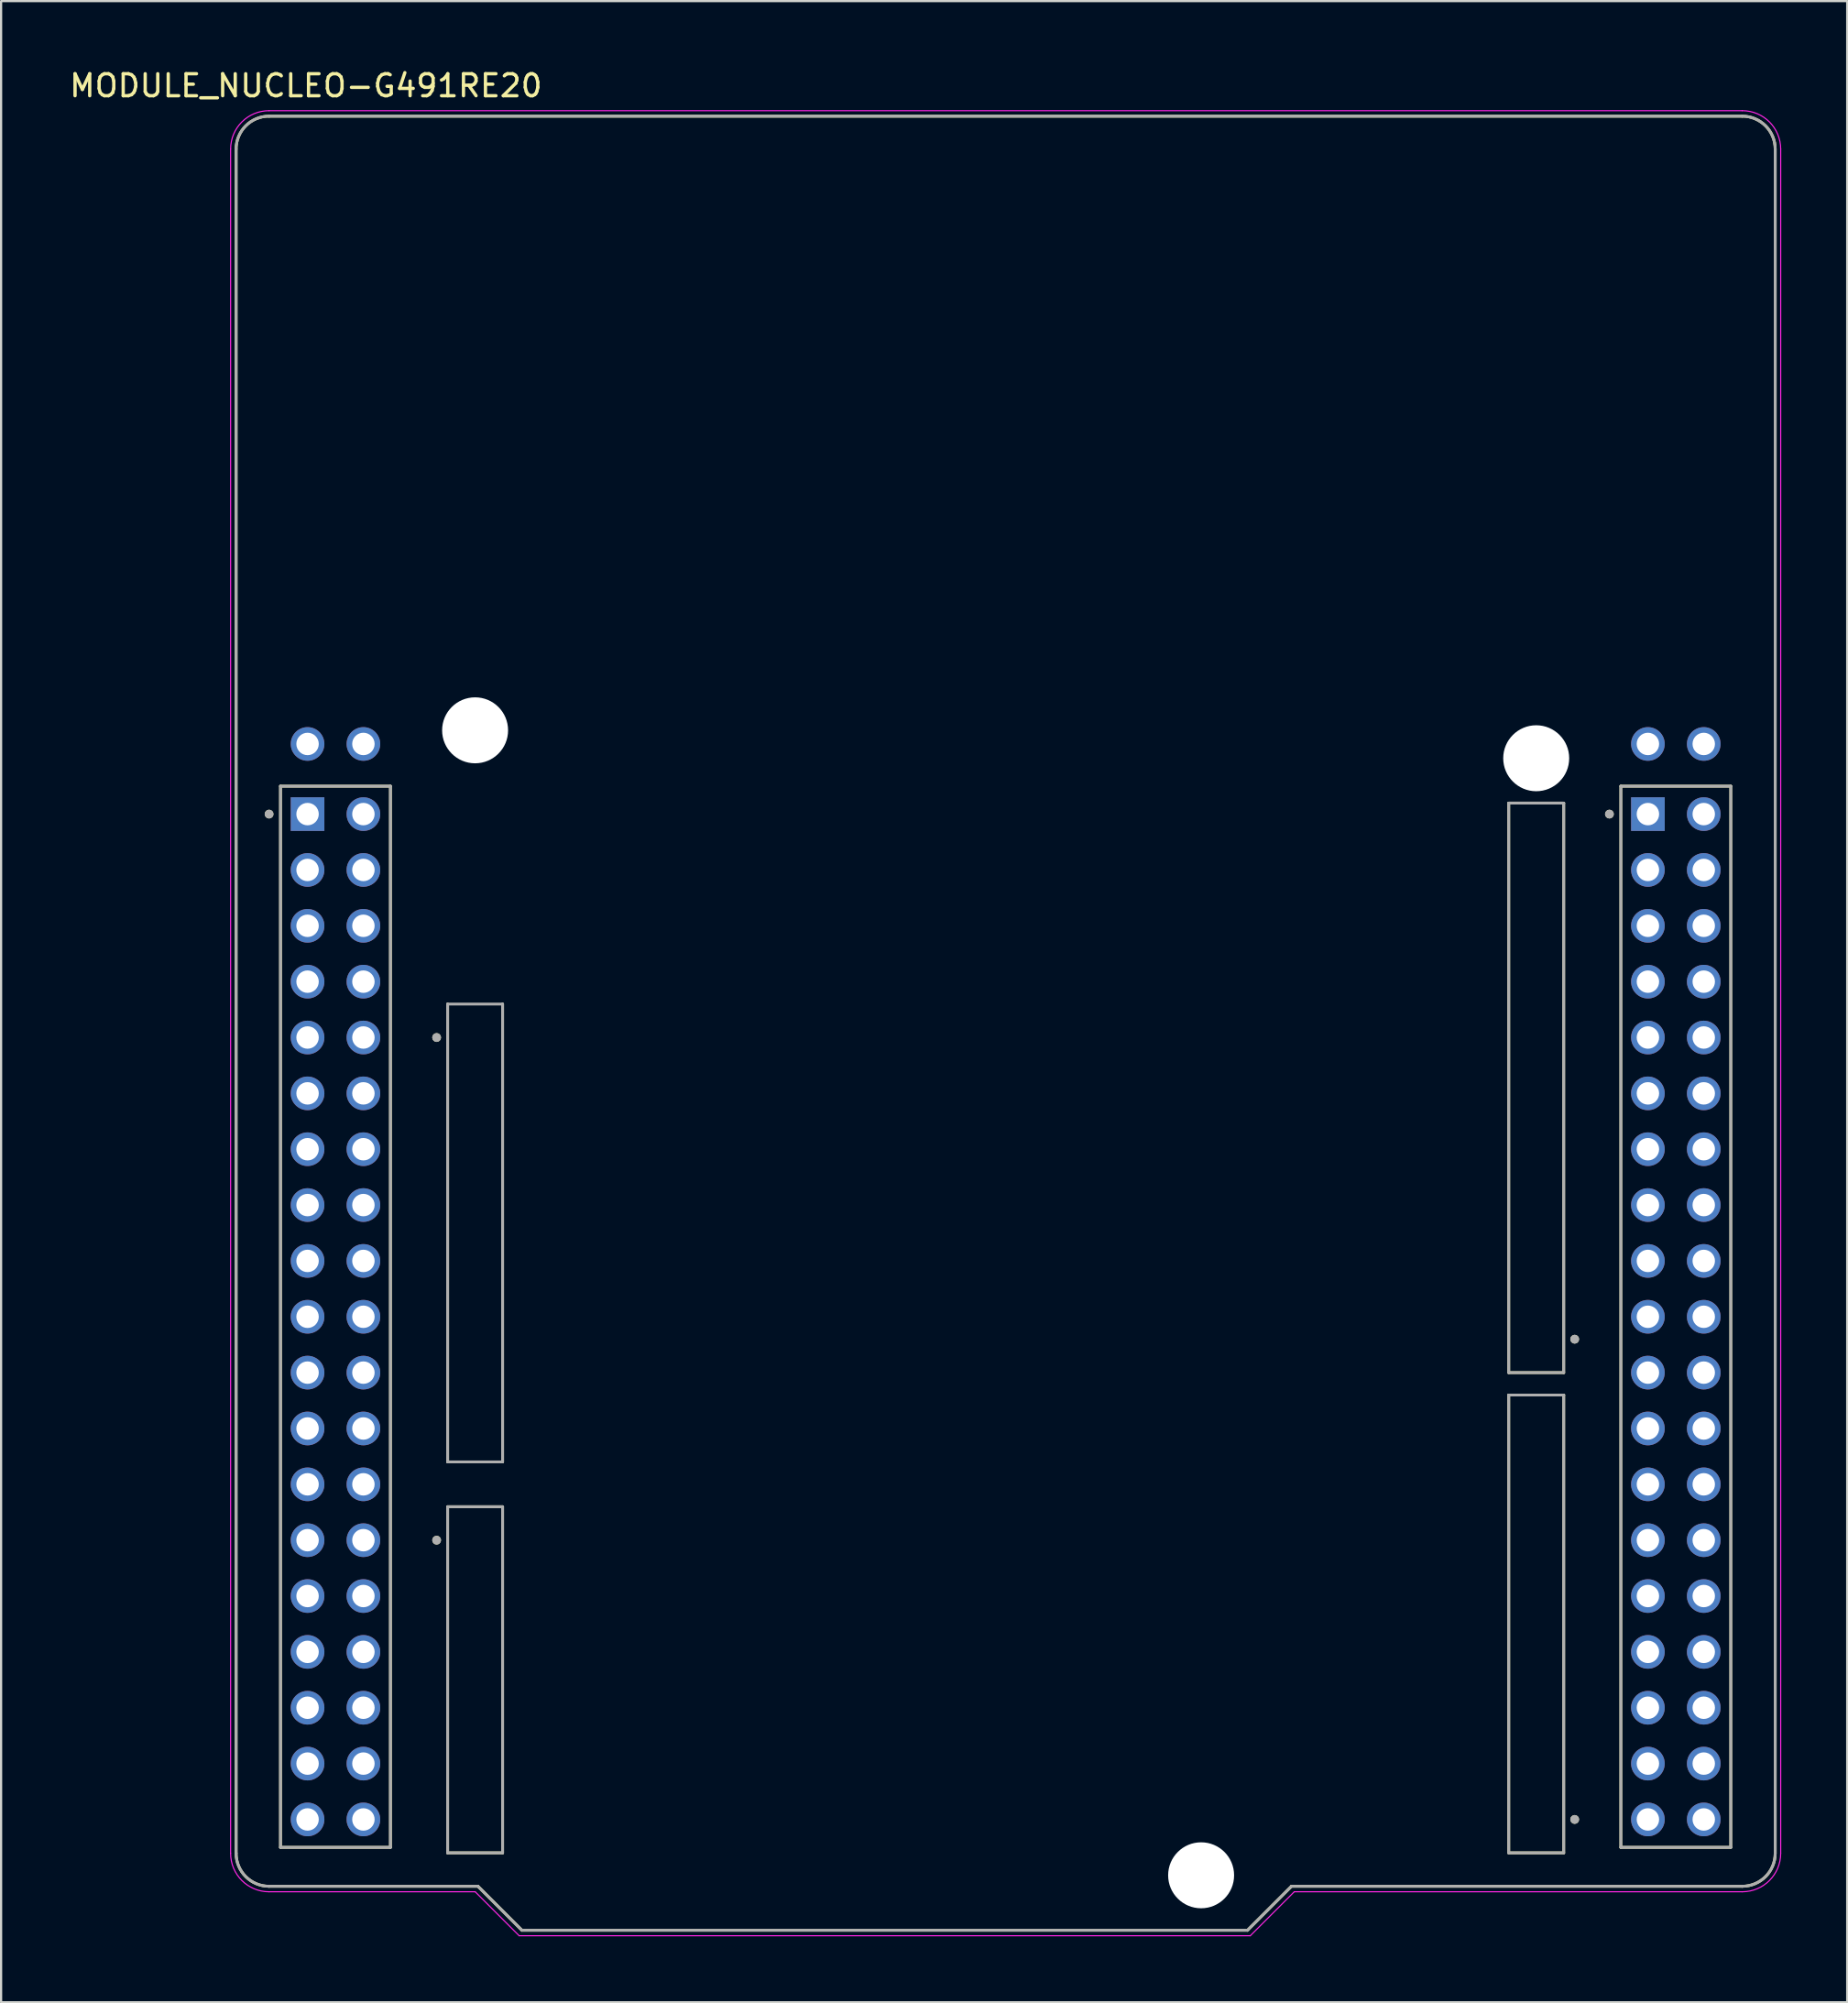
<source format=kicad_pcb>
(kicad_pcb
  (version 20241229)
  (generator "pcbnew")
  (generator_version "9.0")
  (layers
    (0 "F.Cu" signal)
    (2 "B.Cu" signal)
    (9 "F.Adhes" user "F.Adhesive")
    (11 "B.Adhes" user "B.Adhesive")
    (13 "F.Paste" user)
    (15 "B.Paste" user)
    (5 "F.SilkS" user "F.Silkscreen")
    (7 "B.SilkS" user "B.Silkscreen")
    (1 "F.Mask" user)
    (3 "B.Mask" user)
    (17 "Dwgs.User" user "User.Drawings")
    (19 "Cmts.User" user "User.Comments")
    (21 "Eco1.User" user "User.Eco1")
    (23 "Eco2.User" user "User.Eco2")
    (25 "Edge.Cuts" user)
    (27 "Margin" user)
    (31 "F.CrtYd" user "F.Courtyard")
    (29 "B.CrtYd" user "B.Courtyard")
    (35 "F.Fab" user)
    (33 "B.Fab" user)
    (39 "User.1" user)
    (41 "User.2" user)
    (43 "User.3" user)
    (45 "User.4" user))
  (footprint "MODULE_NUCLEO-G491RE20"
    (layer "F.Cu")
    (at 42.688 43.483)
    (property "Reference" "MODULE_NUCLEO-G491RE20" (at -31.825 -42.635 0) (layer "F.SilkS") (effects (font (size 1 1) (thickness 0.15))))
    (attr through_hole)
    (fp_line (start -35 37.75) (end -35 -39.75) (stroke (width 0.127) (type solid)) (layer "F.SilkS"))
    (fp_line (start -33.5 -41.25) (end 33.5 -41.25) (stroke (width 0.127) (type solid)) (layer "F.SilkS"))
    (fp_line (start -32.98 -10.78) (end -32.98 37.48) (stroke (width 0.127) (type solid)) (layer "F.SilkS"))
    (fp_line (start -32.98 37.48) (end -27.98 37.48) (stroke (width 0.127) (type solid)) (layer "F.SilkS"))
    (fp_line (start -27.98 -10.78) (end -32.98 -10.78) (stroke (width 0.127) (type solid)) (layer "F.SilkS"))
    (fp_line (start -27.98 37.48) (end -27.98 -10.78) (stroke (width 0.127) (type solid)) (layer "F.SilkS"))
    (fp_line (start -25.38 -0.87) (end -25.38 19.95) (stroke (width 0.127) (type solid)) (layer "F.SilkS"))
    (fp_line (start -25.38 21.99) (end -25.38 37.73) (stroke (width 0.127) (type solid)) (layer "F.SilkS"))
    (fp_line (start -25.38 37.73) (end -22.88 37.73) (stroke (width 0.127) (type solid)) (layer "F.SilkS"))
    (fp_line (start -24 39.25) (end -33.5 39.25) (stroke (width 0.127) (type solid)) (layer "F.SilkS"))
    (fp_line (start -22.88 19.95) (end -22.88 -0.87) (stroke (width 0.127) (type solid)) (layer "F.SilkS"))
    (fp_line (start -22.88 21.99) (end -25.38 21.99) (stroke (width 0.127) (type solid)) (layer "F.SilkS"))
    (fp_line (start -22.88 37.73) (end -22.88 21.99) (stroke (width 0.127) (type solid)) (layer "F.SilkS"))
    (fp_line (start -22 41.25) (end -24 39.25) (stroke (width 0.127) (type solid)) (layer "F.SilkS"))
    (fp_line (start 11 41.25) (end -22 41.25) (stroke (width 0.127) (type solid)) (layer "F.SilkS"))
    (fp_line (start 13 39.25) (end 11 41.25) (stroke (width 0.127) (type solid)) (layer "F.SilkS"))
    (fp_line (start 22.88 -10.01) (end 22.88 15.89) (stroke (width 0.127) (type solid)) (layer "F.SilkS"))
    (fp_line (start 22.88 15.89) (end 25.38 15.89) (stroke (width 0.127) (type solid)) (layer "F.SilkS"))
    (fp_line (start 22.88 16.91) (end 22.88 37.73) (stroke (width 0.127) (type solid)) (layer "F.SilkS"))
    (fp_line (start 22.88 37.73) (end 25.38 37.73) (stroke (width 0.127) (type solid)) (layer "F.SilkS"))
    (fp_line (start 25.38 -10.01) (end 22.88 -10.01) (stroke (width 0.127) (type solid)) (layer "F.SilkS"))
    (fp_line (start 25.38 15.89) (end 25.38 -10.01) (stroke (width 0.127) (type solid)) (layer "F.SilkS"))
    (fp_line (start 25.38 16.91) (end 22.88 16.91) (stroke (width 0.127) (type solid)) (layer "F.SilkS"))
    (fp_line (start 25.38 37.73) (end 25.38 16.91) (stroke (width 0.127) (type solid)) (layer "F.SilkS"))
    (fp_line (start 27.98 -10.78) (end 27.98 37.48) (stroke (width 0.127) (type solid)) (layer "F.SilkS"))
    (fp_line (start 27.98 37.48) (end 32.98 37.48) (stroke (width 0.127) (type solid)) (layer "F.SilkS"))
    (fp_line (start 32.98 -10.78) (end 27.98 -10.78) (stroke (width 0.127) (type solid)) (layer "F.SilkS"))
    (fp_line (start 32.98 37.48) (end 32.98 -10.78) (stroke (width 0.127) (type solid)) (layer "F.SilkS"))
    (fp_line (start 33.5 39.25) (end 13 39.25) (stroke (width 0.127) (type solid)) (layer "F.SilkS"))
    (fp_line (start 35 -39.75) (end 35 37.75) (stroke (width 0.127) (type solid)) (layer "F.SilkS"))
    (fp_arc (start -35 -39.75) (mid -34.56066 -40.81066) (end -33.5 -41.25) (stroke (width 0.127) (type solid)) (layer "F.SilkS"))
    (fp_arc (start -33.5 39.25) (mid -34.56066 38.81066) (end -35 37.75) (stroke (width 0.127) (type solid)) (layer "F.SilkS"))
    (fp_arc (start 33.5 -41.25) (mid 34.56066 -40.81066) (end 35 -39.75) (stroke (width 0.127) (type solid)) (layer "F.SilkS"))
    (fp_arc (start 35 37.75) (mid 34.56066 38.81066) (end 33.5 39.25) (stroke (width 0.127) (type solid)) (layer "F.SilkS"))
    (fp_circle (center -33.5 -9.51) (end -33.4 -9.51) (stroke (width 0.2) (type solid)) (fill no) (layer "F.SilkS"))
    (fp_circle (center -25.88 0.65) (end -25.78 0.65) (stroke (width 0.2) (type solid)) (fill no) (layer "F.SilkS"))
    (fp_circle (center -25.88 23.51) (end -25.78 23.51) (stroke (width 0.2) (type solid)) (fill no) (layer "F.SilkS"))
    (fp_circle (center 25.88 14.37) (end 25.98 14.37) (stroke (width 0.2) (type solid)) (fill no) (layer "F.SilkS"))
    (fp_circle (center 25.88 36.21) (end 25.98 36.21) (stroke (width 0.2) (type solid)) (fill no) (layer "F.SilkS"))
    (fp_circle (center 27.46 -9.51) (end 27.56 -9.51) (stroke (width 0.2) (type solid)) (fill no) (layer "F.SilkS"))
    (fp_line (start -35.25 37.75) (end -35.25 -39.75) (stroke (width 0.05) (type solid)) (layer "F.CrtYd"))
    (fp_line (start -33.5 -41.5) (end 33.5 -41.5) (stroke (width 0.05) (type solid)) (layer "F.CrtYd"))
    (fp_line (start -24.125 39.5) (end -33.5 39.5) (stroke (width 0.05) (type solid)) (layer "F.CrtYd"))
    (fp_line (start -22.125 41.5) (end -24.125 39.5) (stroke (width 0.05) (type solid)) (layer "F.CrtYd"))
    (fp_line (start 11.125 41.5) (end -22.125 41.5) (stroke (width 0.05) (type solid)) (layer "F.CrtYd"))
    (fp_line (start 13.125 39.5) (end 11.125 41.5) (stroke (width 0.05) (type solid)) (layer "F.CrtYd"))
    (fp_line (start 33.5 39.5) (end 13.125 39.5) (stroke (width 0.05) (type solid)) (layer "F.CrtYd"))
    (fp_line (start 35.25 -39.75) (end 35.25 37.75) (stroke (width 0.05) (type solid)) (layer "F.CrtYd"))
    (fp_arc (start -35.25 -39.75) (mid -34.737437 -40.987437) (end -33.5 -41.5) (stroke (width 0.05) (type solid)) (layer "F.CrtYd"))
    (fp_arc (start -33.5 39.5) (mid -34.737437 38.987437) (end -35.25 37.75) (stroke (width 0.05) (type solid)) (layer "F.CrtYd"))
    (fp_arc (start 33.5 -41.5) (mid 34.737437 -40.987437) (end 35.25 -39.75) (stroke (width 0.05) (type solid)) (layer "F.CrtYd"))
    (fp_arc (start 35.25 37.75) (mid 34.737437 38.987437) (end 33.5 39.5) (stroke (width 0.05) (type solid)) (layer "F.CrtYd"))
    (fp_line (start -35 37.75) (end -35 -39.75) (stroke (width 0.127) (type solid)) (layer "F.Fab"))
    (fp_line (start -33.5 -41.25) (end 33.5 -41.25) (stroke (width 0.127) (type solid)) (layer "F.Fab"))
    (fp_line (start -32.98 -10.78) (end -32.98 37.48) (stroke (width 0.127) (type solid)) (layer "F.Fab"))
    (fp_line (start -32.98 37.48) (end -27.98 37.48) (stroke (width 0.127) (type solid)) (layer "F.Fab"))
    (fp_line (start -27.98 -10.78) (end -32.98 -10.78) (stroke (width 0.127) (type solid)) (layer "F.Fab"))
    (fp_line (start -27.98 37.48) (end -27.98 -10.78) (stroke (width 0.127) (type solid)) (layer "F.Fab"))
    (fp_line (start -25.38 -0.87) (end -25.38 19.95) (stroke (width 0.127) (type solid)) (layer "F.Fab"))
    (fp_line (start -25.38 19.95) (end -22.88 19.95) (stroke (width 0.127) (type solid)) (layer "F.Fab"))
    (fp_line (start -25.38 21.99) (end -25.38 37.73) (stroke (width 0.127) (type solid)) (layer "F.Fab"))
    (fp_line (start -25.38 37.73) (end -22.88 37.73) (stroke (width 0.127) (type solid)) (layer "F.Fab"))
    (fp_line (start -24 39.25) (end -33.5 39.25) (stroke (width 0.127) (type solid)) (layer "F.Fab"))
    (fp_line (start -22.88 -0.87) (end -25.38 -0.87) (stroke (width 0.127) (type solid)) (layer "F.Fab"))
    (fp_line (start -22.88 19.95) (end -22.88 -0.87) (stroke (width 0.127) (type solid)) (layer "F.Fab"))
    (fp_line (start -22.88 21.99) (end -25.38 21.99) (stroke (width 0.127) (type solid)) (layer "F.Fab"))
    (fp_line (start -22.88 37.73) (end -22.88 21.99) (stroke (width 0.127) (type solid)) (layer "F.Fab"))
    (fp_line (start -22 41.25) (end -24 39.25) (stroke (width 0.127) (type solid)) (layer "F.Fab"))
    (fp_line (start 11 41.25) (end -22 41.25) (stroke (width 0.127) (type solid)) (layer "F.Fab"))
    (fp_line (start 13 39.25) (end 11 41.25) (stroke (width 0.127) (type solid)) (layer "F.Fab"))
    (fp_line (start 22.88 -10.01) (end 22.88 15.89) (stroke (width 0.127) (type solid)) (layer "F.Fab"))
    (fp_line (start 22.88 15.89) (end 25.38 15.89) (stroke (width 0.127) (type solid)) (layer "F.Fab"))
    (fp_line (start 22.88 16.91) (end 22.88 37.73) (stroke (width 0.127) (type solid)) (layer "F.Fab"))
    (fp_line (start 22.88 37.73) (end 25.38 37.73) (stroke (width 0.127) (type solid)) (layer "F.Fab"))
    (fp_line (start 25.38 -10.01) (end 22.88 -10.01) (stroke (width 0.127) (type solid)) (layer "F.Fab"))
    (fp_line (start 25.38 15.89) (end 25.38 -10.01) (stroke (width 0.127) (type solid)) (layer "F.Fab"))
    (fp_line (start 25.38 16.91) (end 22.88 16.91) (stroke (width 0.127) (type solid)) (layer "F.Fab"))
    (fp_line (start 25.38 37.73) (end 25.38 16.91) (stroke (width 0.127) (type solid)) (layer "F.Fab"))
    (fp_line (start 27.98 -10.78) (end 27.98 37.48) (stroke (width 0.127) (type solid)) (layer "F.Fab"))
    (fp_line (start 27.98 37.48) (end 32.98 37.48) (stroke (width 0.127) (type solid)) (layer "F.Fab"))
    (fp_line (start 32.98 -10.78) (end 27.98 -10.78) (stroke (width 0.127) (type solid)) (layer "F.Fab"))
    (fp_line (start 32.98 37.48) (end 32.98 -10.78) (stroke (width 0.127) (type solid)) (layer "F.Fab"))
    (fp_line (start 33.5 39.25) (end 13 39.25) (stroke (width 0.127) (type solid)) (layer "F.Fab"))
    (fp_line (start 35 -39.75) (end 35 37.75) (stroke (width 0.127) (type solid)) (layer "F.Fab"))
    (fp_arc (start -35 -39.75) (mid -34.56066 -40.81066) (end -33.5 -41.25) (stroke (width 0.127) (type solid)) (layer "F.Fab"))
    (fp_arc (start -33.5 39.25) (mid -34.56066 38.81066) (end -35 37.75) (stroke (width 0.127) (type solid)) (layer "F.Fab"))
    (fp_arc (start 33.5 -41.25) (mid 34.56066 -40.81066) (end 35 -39.75) (stroke (width 0.127) (type solid)) (layer "F.Fab"))
    (fp_arc (start 35 37.75) (mid 34.56066 38.81066) (end 33.5 39.25) (stroke (width 0.127) (type solid)) (layer "F.Fab"))
    (fp_circle (center -33.5 -9.51) (end -33.4 -9.51) (stroke (width 0.2) (type solid)) (fill no) (layer "F.Fab"))
    (fp_circle (center -25.88 0.65) (end -25.78 0.65) (stroke (width 0.2) (type solid)) (fill no) (layer "F.Fab"))
    (fp_circle (center -25.88 23.51) (end -25.78 23.51) (stroke (width 0.2) (type solid)) (fill no) (layer "F.Fab"))
    (fp_circle (center 25.88 14.37) (end 25.98 14.37) (stroke (width 0.2) (type solid)) (fill no) (layer "F.Fab"))
    (fp_circle (center 25.88 36.21) (end 25.98 36.21) (stroke (width 0.2) (type solid)) (fill no) (layer "F.Fab"))
    (fp_circle (center 27.46 -9.51) (end 27.56 -9.51) (stroke (width 0.2) (type solid)) (fill no) (layer "F.Fab"))
    (pad "" np_thru_hole circle (at -24.13 -13.32) (size 3 3) (drill 3) (layers "*.Cu" "*.Mask"))
    (pad "" np_thru_hole circle (at 8.89 38.75) (size 3 3) (drill 3) (layers "*.Cu" "*.Mask"))
    (pad "" np_thru_hole circle (at 24.13 -12.05) (size 3 3) (drill 3) (layers "*.Cu" "*.Mask"))
    (pad "CN7_1" thru_hole rect (at -31.75 -9.51) (size 1.53 1.53) (drill 1.02) (layers "*.Cu" "*.Mask"))
    (pad "CN7_2" thru_hole circle (at -29.21 -9.51) (size 1.53 1.53) (drill 1.02) (layers "*.Cu" "*.Mask"))
    (pad "CN7_3" thru_hole circle (at -31.75 -6.97) (size 1.53 1.53) (drill 1.02) (layers "*.Cu" "*.Mask"))
    (pad "CN7_4" thru_hole circle (at -29.21 -6.97) (size 1.53 1.53) (drill 1.02) (layers "*.Cu" "*.Mask"))
    (pad "CN7_5" thru_hole circle (at -31.75 -4.43) (size 1.53 1.53) (drill 1.02) (layers "*.Cu" "*.Mask"))
    (pad "CN7_6" thru_hole circle (at -29.21 -4.43) (size 1.53 1.53) (drill 1.02) (layers "*.Cu" "*.Mask"))
    (pad "CN7_7" thru_hole circle (at -31.75 -1.89) (size 1.53 1.53) (drill 1.02) (layers "*.Cu" "*.Mask"))
    (pad "CN7_8" thru_hole circle (at -29.21 -1.89) (size 1.53 1.53) (drill 1.02) (layers "*.Cu" "*.Mask"))
    (pad "CN7_9" thru_hole circle (at -31.75 0.65) (size 1.53 1.53) (drill 1.02) (layers "*.Cu" "*.Mask"))
    (pad "CN7_10" thru_hole circle (at -29.21 0.65) (size 1.53 1.53) (drill 1.02) (layers "*.Cu" "*.Mask"))
    (pad "CN7_11" thru_hole circle (at -31.75 3.19) (size 1.53 1.53) (drill 1.02) (layers "*.Cu" "*.Mask"))
    (pad "CN7_12" thru_hole circle (at -29.21 3.19) (size 1.53 1.53) (drill 1.02) (layers "*.Cu" "*.Mask"))
    (pad "CN7_13" thru_hole circle (at -31.75 5.73) (size 1.53 1.53) (drill 1.02) (layers "*.Cu" "*.Mask"))
    (pad "CN7_14" thru_hole circle (at -29.21 5.73) (size 1.53 1.53) (drill 1.02) (layers "*.Cu" "*.Mask"))
    (pad "CN7_15" thru_hole circle (at -31.75 8.27) (size 1.53 1.53) (drill 1.02) (layers "*.Cu" "*.Mask"))
    (pad "CN7_16" thru_hole circle (at -29.21 8.27) (size 1.53 1.53) (drill 1.02) (layers "*.Cu" "*.Mask"))
    (pad "CN7_17" thru_hole circle (at -31.75 10.81) (size 1.53 1.53) (drill 1.02) (layers "*.Cu" "*.Mask"))
    (pad "CN7_18" thru_hole circle (at -29.21 10.81) (size 1.53 1.53) (drill 1.02) (layers "*.Cu" "*.Mask"))
    (pad "CN7_19" thru_hole circle (at -31.75 13.35) (size 1.53 1.53) (drill 1.02) (layers "*.Cu" "*.Mask"))
    (pad "CN7_20" thru_hole circle (at -29.21 13.35) (size 1.53 1.53) (drill 1.02) (layers "*.Cu" "*.Mask"))
    (pad "CN7_21" thru_hole circle (at -31.75 15.89) (size 1.53 1.53) (drill 1.02) (layers "*.Cu" "*.Mask"))
    (pad "CN7_22" thru_hole circle (at -29.21 15.89) (size 1.53 1.53) (drill 1.02) (layers "*.Cu" "*.Mask"))
    (pad "CN7_23" thru_hole circle (at -31.75 18.43) (size 1.53 1.53) (drill 1.02) (layers "*.Cu" "*.Mask"))
    (pad "CN7_24" thru_hole circle (at -29.21 18.43) (size 1.53 1.53) (drill 1.02) (layers "*.Cu" "*.Mask"))
    (pad "CN7_25" thru_hole circle (at -31.75 20.97) (size 1.53 1.53) (drill 1.02) (layers "*.Cu" "*.Mask"))
    (pad "CN7_26" thru_hole circle (at -29.21 20.97) (size 1.53 1.53) (drill 1.02) (layers "*.Cu" "*.Mask"))
    (pad "CN7_27" thru_hole circle (at -31.75 23.51) (size 1.53 1.53) (drill 1.02) (layers "*.Cu" "*.Mask"))
    (pad "CN7_28" thru_hole circle (at -29.21 23.51) (size 1.53 1.53) (drill 1.02) (layers "*.Cu" "*.Mask"))
    (pad "CN7_29" thru_hole circle (at -31.75 26.05) (size 1.53 1.53) (drill 1.02) (layers "*.Cu" "*.Mask"))
    (pad "CN7_30" thru_hole circle (at -29.21 26.05) (size 1.53 1.53) (drill 1.02) (layers "*.Cu" "*.Mask"))
    (pad "CN7_31" thru_hole circle (at -31.75 28.59) (size 1.53 1.53) (drill 1.02) (layers "*.Cu" "*.Mask"))
    (pad "CN7_32" thru_hole circle (at -29.21 28.59) (size 1.53 1.53) (drill 1.02) (layers "*.Cu" "*.Mask"))
    (pad "CN7_33" thru_hole circle (at -31.75 31.13) (size 1.53 1.53) (drill 1.02) (layers "*.Cu" "*.Mask"))
    (pad "CN7_34" thru_hole circle (at -29.21 31.13) (size 1.53 1.53) (drill 1.02) (layers "*.Cu" "*.Mask"))
    (pad "CN7_35" thru_hole circle (at -31.75 33.67) (size 1.53 1.53) (drill 1.02) (layers "*.Cu" "*.Mask"))
    (pad "CN7_36" thru_hole circle (at -29.21 33.67) (size 1.53 1.53) (drill 1.02) (layers "*.Cu" "*.Mask"))
    (pad "CN7_37" thru_hole circle (at -31.75 36.21) (size 1.53 1.53) (drill 1.02) (layers "*.Cu" "*.Mask"))
    (pad "CN7_38" thru_hole circle (at -29.21 36.21) (size 1.53 1.53) (drill 1.02) (layers "*.Cu" "*.Mask"))
    (pad "CN10_1" thru_hole rect (at 29.21 -9.51) (size 1.53 1.53) (drill 1.02) (layers "*.Cu" "*.Mask"))
    (pad "CN10_2" thru_hole circle (at 31.75 -9.51) (size 1.53 1.53) (drill 1.02) (layers "*.Cu" "*.Mask"))
    (pad "CN10_3" thru_hole circle (at 29.21 -6.97) (size 1.53 1.53) (drill 1.02) (layers "*.Cu" "*.Mask"))
    (pad "CN10_4" thru_hole circle (at 31.75 -6.97) (size 1.53 1.53) (drill 1.02) (layers "*.Cu" "*.Mask"))
    (pad "CN10_5" thru_hole circle (at 29.21 -4.43) (size 1.53 1.53) (drill 1.02) (layers "*.Cu" "*.Mask"))
    (pad "CN10_6" thru_hole circle (at 31.75 -4.43) (size 1.53 1.53) (drill 1.02) (layers "*.Cu" "*.Mask"))
    (pad "CN10_7" thru_hole circle (at 29.21 -1.89) (size 1.53 1.53) (drill 1.02) (layers "*.Cu" "*.Mask"))
    (pad "CN10_8" thru_hole circle (at 31.75 -1.89) (size 1.53 1.53) (drill 1.02) (layers "*.Cu" "*.Mask"))
    (pad "CN10_9" thru_hole circle (at 29.21 0.65) (size 1.53 1.53) (drill 1.02) (layers "*.Cu" "*.Mask"))
    (pad "CN10_10" thru_hole circle (at 31.75 0.65) (size 1.53 1.53) (drill 1.02) (layers "*.Cu" "*.Mask"))
    (pad "CN10_11" thru_hole circle (at 29.21 3.19) (size 1.53 1.53) (drill 1.02) (layers "*.Cu" "*.Mask"))
    (pad "CN10_12" thru_hole circle (at 31.75 3.19) (size 1.53 1.53) (drill 1.02) (layers "*.Cu" "*.Mask"))
    (pad "CN10_13" thru_hole circle (at 29.21 5.73) (size 1.53 1.53) (drill 1.02) (layers "*.Cu" "*.Mask"))
    (pad "CN10_14" thru_hole circle (at 31.75 5.73) (size 1.53 1.53) (drill 1.02) (layers "*.Cu" "*.Mask"))
    (pad "CN10_15" thru_hole circle (at 29.21 8.27) (size 1.53 1.53) (drill 1.02) (layers "*.Cu" "*.Mask"))
    (pad "CN10_16" thru_hole circle (at 31.75 8.27) (size 1.53 1.53) (drill 1.02) (layers "*.Cu" "*.Mask"))
    (pad "CN10_17" thru_hole circle (at 29.21 10.81) (size 1.53 1.53) (drill 1.02) (layers "*.Cu" "*.Mask"))
    (pad "CN10_18" thru_hole circle (at 31.75 10.81) (size 1.53 1.53) (drill 1.02) (layers "*.Cu" "*.Mask"))
    (pad "CN10_19" thru_hole circle (at 29.21 13.35) (size 1.53 1.53) (drill 1.02) (layers "*.Cu" "*.Mask"))
    (pad "CN10_20" thru_hole circle (at 31.75 13.35) (size 1.53 1.53) (drill 1.02) (layers "*.Cu" "*.Mask"))
    (pad "CN10_21" thru_hole circle (at 29.21 15.89) (size 1.53 1.53) (drill 1.02) (layers "*.Cu" "*.Mask"))
    (pad "CN10_22" thru_hole circle (at 31.75 15.89) (size 1.53 1.53) (drill 1.02) (layers "*.Cu" "*.Mask"))
    (pad "CN10_23" thru_hole circle (at 29.21 18.43) (size 1.53 1.53) (drill 1.02) (layers "*.Cu" "*.Mask"))
    (pad "CN10_24" thru_hole circle (at 31.75 18.43) (size 1.53 1.53) (drill 1.02) (layers "*.Cu" "*.Mask"))
    (pad "CN10_25" thru_hole circle (at 29.21 20.97) (size 1.53 1.53) (drill 1.02) (layers "*.Cu" "*.Mask"))
    (pad "CN10_26" thru_hole circle (at 31.75 20.97) (size 1.53 1.53) (drill 1.02) (layers "*.Cu" "*.Mask"))
    (pad "CN10_27" thru_hole circle (at 29.21 23.51) (size 1.53 1.53) (drill 1.02) (layers "*.Cu" "*.Mask"))
    (pad "CN10_28" thru_hole circle (at 31.75 23.51) (size 1.53 1.53) (drill 1.02) (layers "*.Cu" "*.Mask"))
    (pad "CN10_29" thru_hole circle (at 29.21 26.05) (size 1.53 1.53) (drill 1.02) (layers "*.Cu" "*.Mask"))
    (pad "CN10_30" thru_hole circle (at 31.75 26.05) (size 1.53 1.53) (drill 1.02) (layers "*.Cu" "*.Mask"))
    (pad "CN10_31" thru_hole circle (at 29.21 28.59) (size 1.53 1.53) (drill 1.02) (layers "*.Cu" "*.Mask"))
    (pad "CN10_32" thru_hole circle (at 31.75 28.59) (size 1.53 1.53) (drill 1.02) (layers "*.Cu" "*.Mask"))
    (pad "CN10_33" thru_hole circle (at 29.21 31.13) (size 1.53 1.53) (drill 1.02) (layers "*.Cu" "*.Mask"))
    (pad "CN10_34" thru_hole circle (at 31.75 31.13) (size 1.53 1.53) (drill 1.02) (layers "*.Cu" "*.Mask"))
    (pad "CN10_35" thru_hole circle (at 29.21 33.67) (size 1.53 1.53) (drill 1.02) (layers "*.Cu" "*.Mask"))
    (pad "CN10_36" thru_hole circle (at 31.75 33.67) (size 1.53 1.53) (drill 1.02) (layers "*.Cu" "*.Mask"))
    (pad "CN10_37" thru_hole circle (at 29.21 36.21) (size 1.53 1.53) (drill 1.02) (layers "*.Cu" "*.Mask"))
    (pad "CN10_38" thru_hole circle (at 31.75 36.21) (size 1.53 1.53) (drill 1.02) (layers "*.Cu" "*.Mask"))
    (pad "SER0" thru_hole circle (at -31.75 -12.7) (size 1.53 1.53) (drill 1.02) (layers "*.Cu" "*.Mask"))
    (pad "SER1" thru_hole circle (at -29.21 -12.7) (size 1.53 1.53) (drill 1.02) (layers "*.Cu" "*.Mask"))
    (pad "SER2" thru_hole circle (at 29.21 -12.7) (size 1.53 1.53) (drill 1.02) (layers "*.Cu" "*.Mask"))
    (pad "SER3" thru_hole circle (at 31.75 -12.7) (size 1.53 1.53) (drill 1.02) (layers "*.Cu" "*.Mask")))
  (gr_rect
    (start -3 -3)
    (end 80.963 88.008)
    (stroke (width 0.1) (type default))
    (fill no)
    (layer "Edge.Cuts")))
</source>
